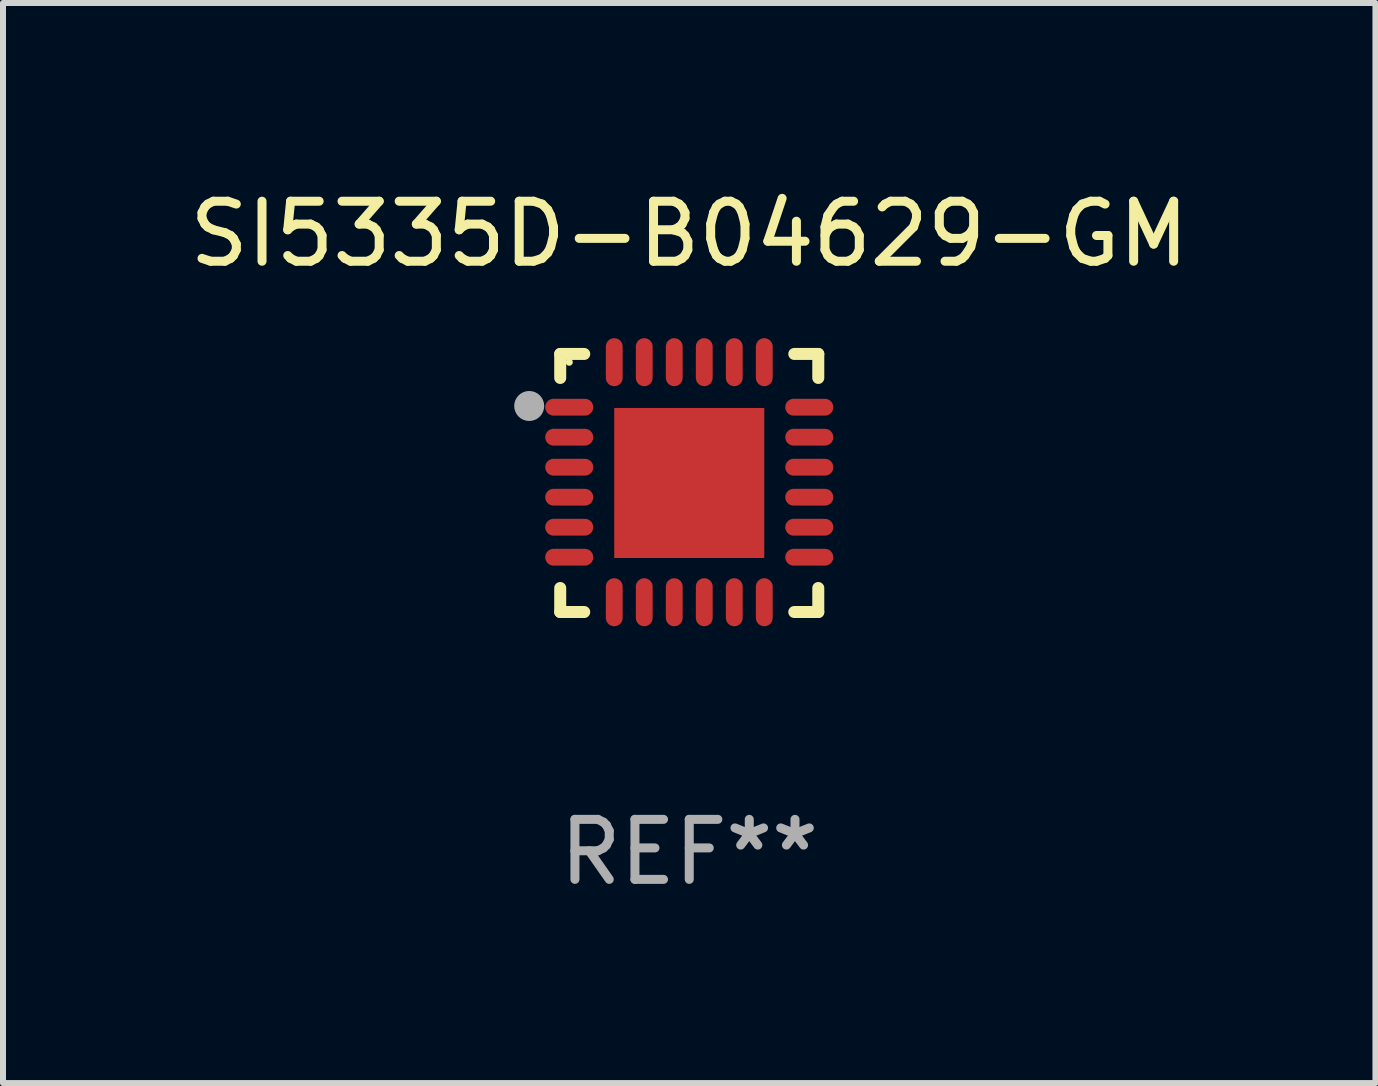
<source format=kicad_pcb>
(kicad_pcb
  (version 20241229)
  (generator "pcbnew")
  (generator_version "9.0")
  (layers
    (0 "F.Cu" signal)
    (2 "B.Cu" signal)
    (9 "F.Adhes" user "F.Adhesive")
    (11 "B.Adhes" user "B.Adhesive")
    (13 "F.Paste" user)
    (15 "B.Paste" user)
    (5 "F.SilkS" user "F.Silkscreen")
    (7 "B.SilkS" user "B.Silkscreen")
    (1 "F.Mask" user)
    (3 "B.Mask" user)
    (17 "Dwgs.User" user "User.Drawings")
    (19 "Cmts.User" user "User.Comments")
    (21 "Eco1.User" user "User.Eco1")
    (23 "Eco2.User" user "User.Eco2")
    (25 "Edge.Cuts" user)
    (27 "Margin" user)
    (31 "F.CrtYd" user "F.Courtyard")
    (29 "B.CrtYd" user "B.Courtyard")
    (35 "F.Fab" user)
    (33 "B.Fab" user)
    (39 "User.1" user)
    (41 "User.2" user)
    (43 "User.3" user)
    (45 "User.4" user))
  (footprint "SI5335D-B04629-GM"
    (layer "F.Cu")
    (at 8.435 4.998)
    (property "Reference" "SI5335D-B04629-GM" (at 0 -4.15 0) (layer "F.SilkS") (effects (font (size 1 1) (thickness 0.15))))
    (attr through_hole)
    (fp_line (start -2.15 -2.15) (end -1.75 -2.15) (stroke (width 0.2) (type solid)) (layer "F.SilkS"))
    (fp_line (start -2.15 -1.75) (end -2.15 -2.15) (stroke (width 0.2) (type solid)) (layer "F.SilkS"))
    (fp_line (start -2.15 2.15) (end -2.15 1.75) (stroke (width 0.2) (type solid)) (layer "F.SilkS"))
    (fp_line (start -1.75 2.15) (end -2.15 2.15) (stroke (width 0.2) (type solid)) (layer "F.SilkS"))
    (fp_line (start 1.75 -2.15) (end 2.15 -2.15) (stroke (width 0.2) (type solid)) (layer "F.SilkS"))
    (fp_line (start 1.75 2.15) (end 2.15 2.15) (stroke (width 0.2) (type solid)) (layer "F.SilkS"))
    (fp_line (start 2.15 -2.15) (end 2.15 -1.75) (stroke (width 0.2) (type solid)) (layer "F.SilkS"))
    (fp_line (start 2.15 2.15) (end 2.15 1.75) (stroke (width 0.2) (type solid)) (layer "F.SilkS"))
    (fp_circle (center -2 -2.013) (end -1.97 -2.013) (stroke (width 0.06) (type solid)) (fill no) (layer "F.SilkS"))
    (fp_circle (center -2.667 -1.283) (end -2.542 -1.283) (stroke (width 0.25) (type solid)) (fill no) (layer "F.Fab"))
    (fp_text user "REF**" (at 0 6.15 0) (layer "F.Fab") (effects (font (size 1 1) (thickness 0.15))))
    (pad "1" smd oval (at -2 -1.263) (size 0.8 0.28) (layers "F.Cu" "F.Mask" "F.Paste"))
    (pad "2" smd oval (at -2 -0.763) (size 0.8 0.28) (layers "F.Cu" "F.Mask" "F.Paste"))
    (pad "3" smd oval (at -2 -0.263) (size 0.8 0.28) (layers "F.Cu" "F.Mask" "F.Paste"))
    (pad "4" smd oval (at -2 0.237) (size 0.8 0.28) (layers "F.Cu" "F.Mask" "F.Paste"))
    (pad "5" smd oval (at -2 0.737) (size 0.8 0.28) (layers "F.Cu" "F.Mask" "F.Paste"))
    (pad "6" smd oval (at -2 1.237) (size 0.8 0.28) (layers "F.Cu" "F.Mask" "F.Paste"))
    (pad "7" smd oval (at -1.25 1.987) (size 0.28 0.8) (layers "F.Cu" "F.Mask" "F.Paste"))
    (pad "8" smd oval (at -0.75 1.987) (size 0.28 0.8) (layers "F.Cu" "F.Mask" "F.Paste"))
    (pad "9" smd oval (at -0.25 1.987) (size 0.28 0.8) (layers "F.Cu" "F.Mask" "F.Paste"))
    (pad "10" smd oval (at 0.25 1.987) (size 0.28 0.8) (layers "F.Cu" "F.Mask" "F.Paste"))
    (pad "11" smd oval (at 0.75 1.987) (size 0.28 0.8) (layers "F.Cu" "F.Mask" "F.Paste"))
    (pad "12" smd oval (at 1.25 1.987) (size 0.28 0.8) (layers "F.Cu" "F.Mask" "F.Paste"))
    (pad "13" smd oval (at 2 1.237) (size 0.8 0.28) (layers "F.Cu" "F.Mask" "F.Paste"))
    (pad "14" smd oval (at 2 0.737) (size 0.8 0.28) (layers "F.Cu" "F.Mask" "F.Paste"))
    (pad "15" smd oval (at 2 0.237) (size 0.8 0.28) (layers "F.Cu" "F.Mask" "F.Paste"))
    (pad "16" smd oval (at 2 -0.263) (size 0.8 0.28) (layers "F.Cu" "F.Mask" "F.Paste"))
    (pad "17" smd oval (at 2 -0.763) (size 0.8 0.28) (layers "F.Cu" "F.Mask" "F.Paste"))
    (pad "18" smd oval (at 2 -1.263) (size 0.8 0.28) (layers "F.Cu" "F.Mask" "F.Paste"))
    (pad "19" smd oval (at 1.25 -2.013) (size 0.28 0.8) (layers "F.Cu" "F.Mask" "F.Paste"))
    (pad "20" smd oval (at 0.75 -2.013) (size 0.28 0.8) (layers "F.Cu" "F.Mask" "F.Paste"))
    (pad "21" smd oval (at 0.25 -2.013) (size 0.28 0.8) (layers "F.Cu" "F.Mask" "F.Paste"))
    (pad "22" smd oval (at -0.25 -2.013) (size 0.28 0.8) (layers "F.Cu" "F.Mask" "F.Paste"))
    (pad "23" smd oval (at -0.75 -2.013) (size 0.28 0.8) (layers "F.Cu" "F.Mask" "F.Paste"))
    (pad "24" smd oval (at -1.25 -2.013) (size 0.28 0.8) (layers "F.Cu" "F.Mask" "F.Paste"))
    (pad "25" smd rect (at -0.000127 -0.00014) (size 2.5 2.5) (layers "F.Cu" "F.Mask" "F.Paste")))
  (gr_rect
    (start -3 -3)
    (end 19.869 14.997)
    (stroke (width 0.1) (type default))
    (fill no)
    (layer "Edge.Cuts")))
</source>
